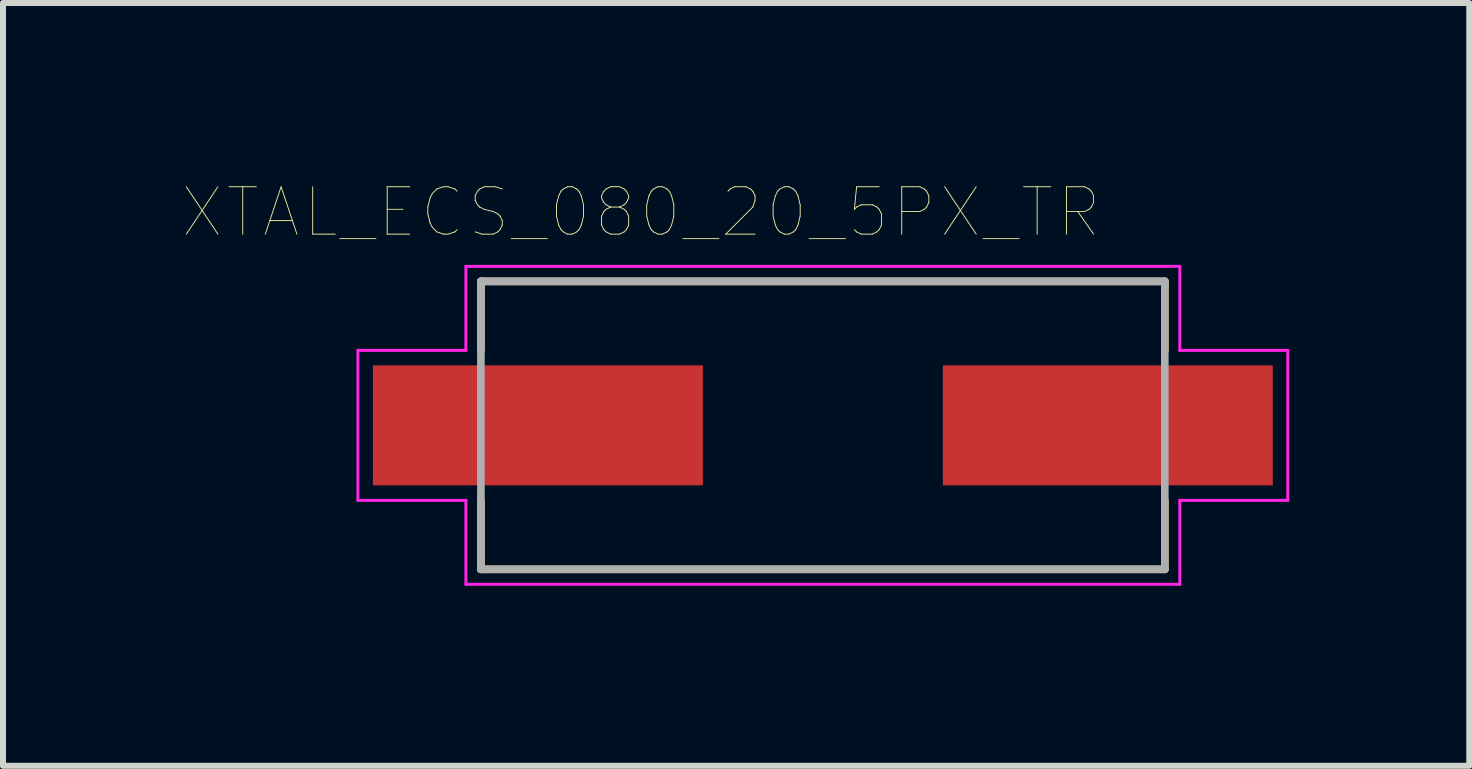
<source format=kicad_pcb>
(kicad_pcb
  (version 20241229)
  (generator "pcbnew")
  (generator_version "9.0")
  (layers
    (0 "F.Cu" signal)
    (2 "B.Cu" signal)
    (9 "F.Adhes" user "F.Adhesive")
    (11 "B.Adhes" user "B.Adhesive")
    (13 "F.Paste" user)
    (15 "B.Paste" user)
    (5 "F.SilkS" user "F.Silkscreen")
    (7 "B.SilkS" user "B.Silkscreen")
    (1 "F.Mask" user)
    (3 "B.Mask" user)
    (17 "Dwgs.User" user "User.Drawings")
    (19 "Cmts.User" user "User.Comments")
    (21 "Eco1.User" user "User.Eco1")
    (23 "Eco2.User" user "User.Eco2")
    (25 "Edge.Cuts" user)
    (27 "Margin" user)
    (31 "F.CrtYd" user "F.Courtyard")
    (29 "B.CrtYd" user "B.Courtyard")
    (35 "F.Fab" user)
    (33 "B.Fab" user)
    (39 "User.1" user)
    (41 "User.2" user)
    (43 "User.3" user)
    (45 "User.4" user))
  (footprint "XTAL_ECS_080_20_5PX_TR"
    (layer "F.Cu")
    (at 10.666 4.04)
    (property "Reference" "XTAL_ECS_080_20_5PX_TR" (at -3.03 -3.552 0) (layer "F.SilkS") (effects (font (size 0.79 0.79) (thickness 0.015))))
    (attr through_hole)
    (fp_line (start -5.7 -2.4) (end 5.7 -2.4) (stroke (width 0.127) (type solid)) (layer "F.SilkS"))
    (fp_line (start -5.7 -1.254) (end -5.7 -2.4) (stroke (width 0.127) (type solid)) (layer "F.SilkS"))
    (fp_line (start -5.7 2.4) (end -5.7 1.254) (stroke (width 0.127) (type solid)) (layer "F.SilkS"))
    (fp_line (start 5.7 -2.4) (end 5.7 -1.254) (stroke (width 0.127) (type solid)) (layer "F.SilkS"))
    (fp_line (start 5.7 1.254) (end 5.7 2.4) (stroke (width 0.127) (type solid)) (layer "F.SilkS"))
    (fp_line (start 5.7 2.4) (end -5.7 2.4) (stroke (width 0.127) (type solid)) (layer "F.SilkS"))
    (fp_line (start -7.75 -1.25) (end -5.95 -1.25) (stroke (width 0.05) (type solid)) (layer "F.CrtYd"))
    (fp_line (start -7.75 1.25) (end -7.75 -1.25) (stroke (width 0.05) (type solid)) (layer "F.CrtYd"))
    (fp_line (start -5.95 -2.65) (end 5.95 -2.65) (stroke (width 0.05) (type solid)) (layer "F.CrtYd"))
    (fp_line (start -5.95 -1.25) (end -5.95 -2.65) (stroke (width 0.05) (type solid)) (layer "F.CrtYd"))
    (fp_line (start -5.95 1.25) (end -7.75 1.25) (stroke (width 0.05) (type solid)) (layer "F.CrtYd"))
    (fp_line (start -5.95 2.65) (end -5.95 1.25) (stroke (width 0.05) (type solid)) (layer "F.CrtYd"))
    (fp_line (start 5.95 -2.65) (end 5.95 -1.25) (stroke (width 0.05) (type solid)) (layer "F.CrtYd"))
    (fp_line (start 5.95 -1.25) (end 7.75 -1.25) (stroke (width 0.05) (type solid)) (layer "F.CrtYd"))
    (fp_line (start 5.95 1.25) (end 5.95 2.65) (stroke (width 0.05) (type solid)) (layer "F.CrtYd"))
    (fp_line (start 5.95 2.65) (end -5.95 2.65) (stroke (width 0.05) (type solid)) (layer "F.CrtYd"))
    (fp_line (start 7.75 -1.25) (end 7.75 1.25) (stroke (width 0.05) (type solid)) (layer "F.CrtYd"))
    (fp_line (start 7.75 1.25) (end 5.95 1.25) (stroke (width 0.05) (type solid)) (layer "F.CrtYd"))
    (fp_line (start -5.7 -2.4) (end -5.7 2.4) (stroke (width 0.127) (type solid)) (layer "F.Fab"))
    (fp_line (start -5.7 2.4) (end 5.7 2.4) (stroke (width 0.127) (type solid)) (layer "F.Fab"))
    (fp_line (start 5.7 -2.4) (end -5.7 -2.4) (stroke (width 0.127) (type solid)) (layer "F.Fab"))
    (fp_line (start 5.7 2.4) (end 5.7 -2.4) (stroke (width 0.127) (type solid)) (layer "F.Fab"))
    (pad "1" smd rect (at -4.75 0) (size 5.5 2) (layers "F.Cu" "F.Mask" "F.Paste"))
    (pad "2" smd rect (at 4.75 0) (size 5.5 2) (layers "F.Cu" "F.Mask" "F.Paste")))
  (gr_rect
    (start -3 -3)
    (end 21.441 9.715)
    (stroke (width 0.1) (type default))
    (fill no)
    (layer "Edge.Cuts")))
</source>
